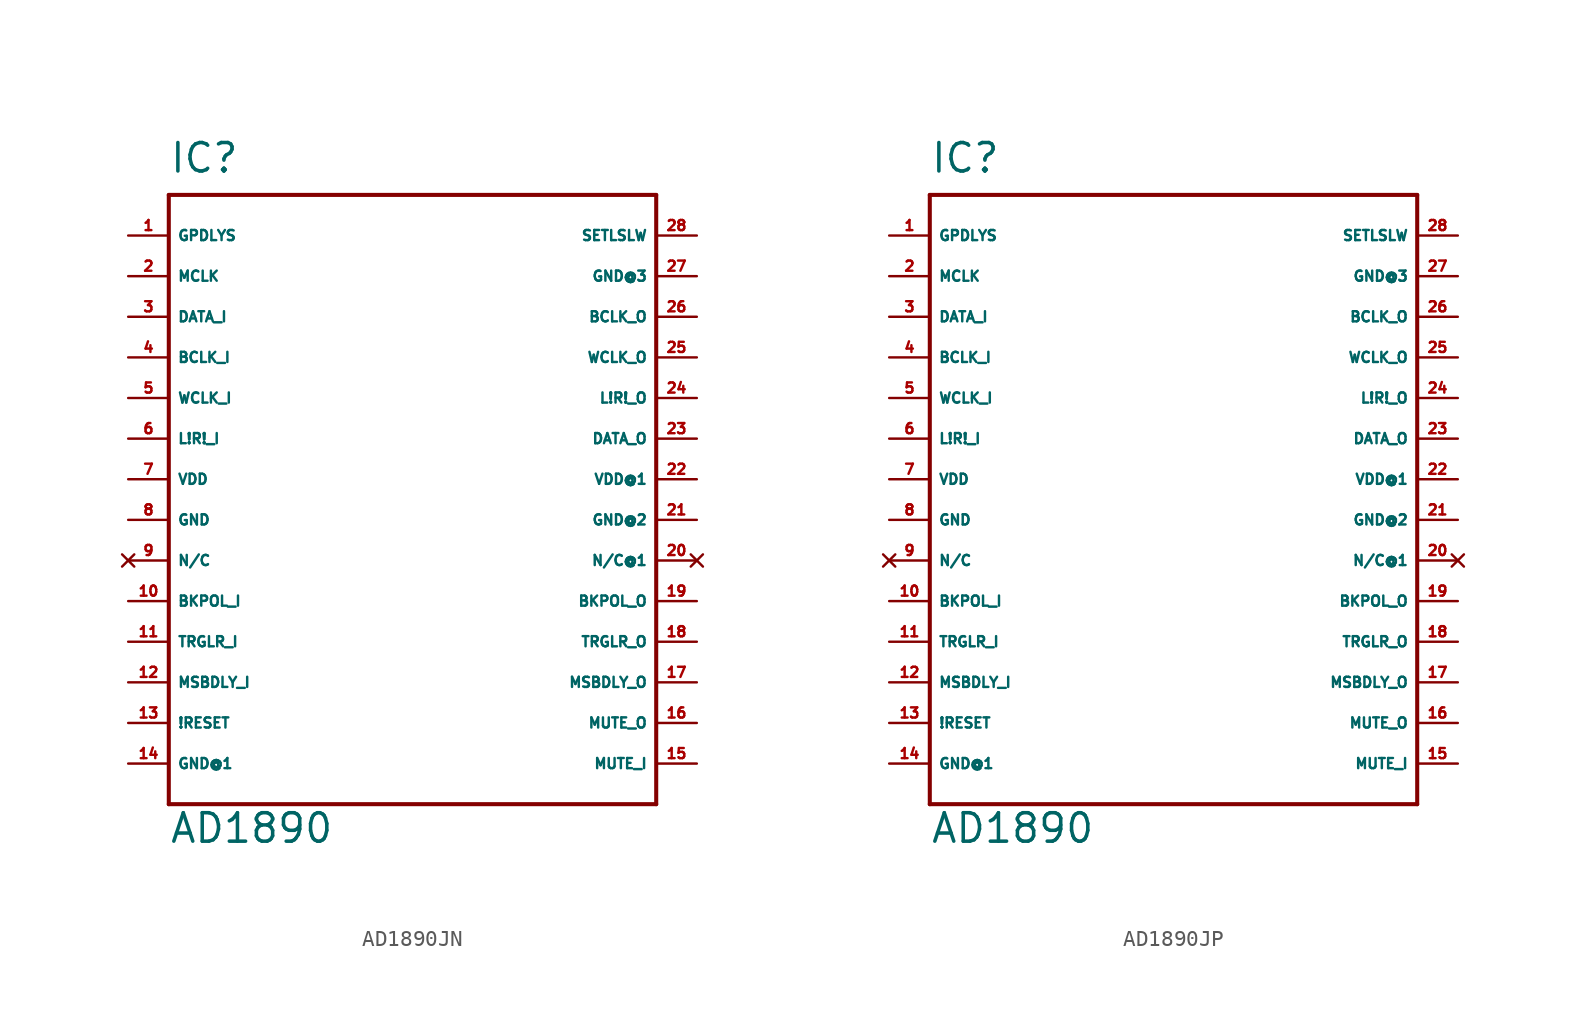
<source format=kicad_sym>
(kicad_symbol_lib
  (version 20220914)
  (generator Eagle2Kicad)
  (symbol "AD1890JN"
    (property "Reference" "IC"
      (at -15.24 19.05 0)
      (effects (font (size 1.778 1.778) (thickness 0.22)) (justify left bottom)))
    (property "Value" "AD1890"
      (at -15.24 -22.86 0)
      (effects (font (size 1.778 1.778) (thickness 0.22)) (justify left bottom)))
    (polyline
      (pts (xy -15.24 -20.32) (xy 15.24 -20.32))
      (stroke (width 0.254) (type default))
      (fill (type none)))
    (polyline
      (pts (xy 15.24 -20.32) (xy 15.24 17.78))
      (stroke (width 0.254) (type default))
      (fill (type none)))
    (polyline
      (pts (xy 15.24 17.78) (xy -15.24 17.78))
      (stroke (width 0.254) (type default))
      (fill (type none)))
    (polyline
      (pts (xy -15.24 17.78) (xy -15.24 -20.32))
      (stroke (width 0.254) (type default))
      (fill (type none)))
    (pin input line
      (at -17.78 15.24 0)
      (length 2.54)
      (name "GPDLYS" (effects (font (size 0.635 0.635) (thickness 0.08)) (justify left bottom)))
      (number "1" (effects (font (size 0.635 0.635) (thickness 0.08)) (justify left bottom))))
    (pin input line
      (at -17.78 12.7 0)
      (length 2.54)
      (name "MCLK" (effects (font (size 0.635 0.635) (thickness 0.08)) (justify left bottom)))
      (number "2" (effects (font (size 0.635 0.635) (thickness 0.08)) (justify left bottom))))
    (pin input line
      (at -17.78 10.16 0)
      (length 2.54)
      (name "DATA_I" (effects (font (size 0.635 0.635) (thickness 0.08)) (justify left bottom)))
      (number "3" (effects (font (size 0.635 0.635) (thickness 0.08)) (justify left bottom))))
    (pin input line
      (at -17.78 7.62 0)
      (length 2.54)
      (name "BCLK_I" (effects (font (size 0.635 0.635) (thickness 0.08)) (justify left bottom)))
      (number "4" (effects (font (size 0.635 0.635) (thickness 0.08)) (justify left bottom))))
    (pin input line
      (at -17.78 5.08 0)
      (length 2.54)
      (name "WCLK_I" (effects (font (size 0.635 0.635) (thickness 0.08)) (justify left bottom)))
      (number "5" (effects (font (size 0.635 0.635) (thickness 0.08)) (justify left bottom))))
    (pin input line
      (at -17.78 2.54 0)
      (length 2.54)
      (name "L!R!_I" (effects (font (size 0.635 0.635) (thickness 0.08)) (justify left bottom)))
      (number "6" (effects (font (size 0.635 0.635) (thickness 0.08)) (justify left bottom))))
    (pin unspecified line
      (at -17.78 0 0)
      (length 2.54)
      (name "VDD" (effects (font (size 0.635 0.635) (thickness 0.08)) (justify left bottom)))
      (number "7" (effects (font (size 0.635 0.635) (thickness 0.08)) (justify left bottom))))
    (pin unspecified line
      (at -17.78 -2.54 0)
      (length 2.54)
      (name "GND" (effects (font (size 0.635 0.635) (thickness 0.08)) (justify left bottom)))
      (number "8" (effects (font (size 0.635 0.635) (thickness 0.08)) (justify left bottom))))
    (pin no_connect line
      (at -17.78 -5.08 0)
      (length 2.54)
      (name "N/C" (effects (font (size 0.635 0.635) (thickness 0.08)) (justify left bottom) hide))
      (number "9" (effects (font (size 0.635 0.635) (thickness 0.08)) (justify left bottom) hide)))
    (pin input line
      (at -17.78 -7.62 0)
      (length 2.54)
      (name "BKPOL_I" (effects (font (size 0.635 0.635) (thickness 0.08)) (justify left bottom)))
      (number "10" (effects (font (size 0.635 0.635) (thickness 0.08)) (justify left bottom))))
    (pin input line
      (at -17.78 -10.16 0)
      (length 2.54)
      (name "TRGLR_I" (effects (font (size 0.635 0.635) (thickness 0.08)) (justify left bottom)))
      (number "11" (effects (font (size 0.635 0.635) (thickness 0.08)) (justify left bottom))))
    (pin input line
      (at -17.78 -12.7 0)
      (length 2.54)
      (name "MSBDLY_I" (effects (font (size 0.635 0.635) (thickness 0.08)) (justify left bottom)))
      (number "12" (effects (font (size 0.635 0.635) (thickness 0.08)) (justify left bottom))))
    (pin input line
      (at -17.78 -15.24 0)
      (length 2.54)
      (name "!RESET" (effects (font (size 0.635 0.635) (thickness 0.08)) (justify left bottom)))
      (number "13" (effects (font (size 0.635 0.635) (thickness 0.08)) (justify left bottom))))
    (pin unspecified line
      (at -17.78 -17.78 0)
      (length 2.54)
      (name "GND@1" (effects (font (size 0.635 0.635) (thickness 0.08)) (justify left bottom)))
      (number "14" (effects (font (size 0.635 0.635) (thickness 0.08)) (justify left bottom))))
    (pin input line
      (at 17.78 -17.78 180)
      (length 2.54)
      (name "MUTE_I" (effects (font (size 0.635 0.635) (thickness 0.08)) (justify left bottom)))
      (number "15" (effects (font (size 0.635 0.635) (thickness 0.08)) (justify left bottom))))
    (pin output line
      (at 17.78 -15.24 180)
      (length 2.54)
      (name "MUTE_O" (effects (font (size 0.635 0.635) (thickness 0.08)) (justify left bottom)))
      (number "16" (effects (font (size 0.635 0.635) (thickness 0.08)) (justify left bottom))))
    (pin input line
      (at 17.78 -12.7 180)
      (length 2.54)
      (name "MSBDLY_O" (effects (font (size 0.635 0.635) (thickness 0.08)) (justify left bottom)))
      (number "17" (effects (font (size 0.635 0.635) (thickness 0.08)) (justify left bottom))))
    (pin input line
      (at 17.78 -10.16 180)
      (length 2.54)
      (name "TRGLR_O" (effects (font (size 0.635 0.635) (thickness 0.08)) (justify left bottom)))
      (number "18" (effects (font (size 0.635 0.635) (thickness 0.08)) (justify left bottom))))
    (pin input line
      (at 17.78 -7.62 180)
      (length 2.54)
      (name "BKPOL_O" (effects (font (size 0.635 0.635) (thickness 0.08)) (justify left bottom)))
      (number "19" (effects (font (size 0.635 0.635) (thickness 0.08)) (justify left bottom))))
    (pin no_connect line
      (at 17.78 -5.08 180)
      (length 2.54)
      (name "N/C@1" (effects (font (size 0.635 0.635) (thickness 0.08)) (justify left bottom) hide))
      (number "20" (effects (font (size 0.635 0.635) (thickness 0.08)) (justify left bottom) hide)))
    (pin unspecified line
      (at 17.78 -2.54 180)
      (length 2.54)
      (name "GND@2" (effects (font (size 0.635 0.635) (thickness 0.08)) (justify left bottom)))
      (number "21" (effects (font (size 0.635 0.635) (thickness 0.08)) (justify left bottom))))
    (pin unspecified line
      (at 17.78 0 180)
      (length 2.54)
      (name "VDD@1" (effects (font (size 0.635 0.635) (thickness 0.08)) (justify left bottom)))
      (number "22" (effects (font (size 0.635 0.635) (thickness 0.08)) (justify left bottom))))
    (pin output line
      (at 17.78 2.54 180)
      (length 2.54)
      (name "DATA_O" (effects (font (size 0.635 0.635) (thickness 0.08)) (justify left bottom)))
      (number "23" (effects (font (size 0.635 0.635) (thickness 0.08)) (justify left bottom))))
    (pin input line
      (at 17.78 5.08 180)
      (length 2.54)
      (name "L!R!_O" (effects (font (size 0.635 0.635) (thickness 0.08)) (justify left bottom)))
      (number "24" (effects (font (size 0.635 0.635) (thickness 0.08)) (justify left bottom))))
    (pin input line
      (at 17.78 7.62 180)
      (length 2.54)
      (name "WCLK_O" (effects (font (size 0.635 0.635) (thickness 0.08)) (justify left bottom)))
      (number "25" (effects (font (size 0.635 0.635) (thickness 0.08)) (justify left bottom))))
    (pin input line
      (at 17.78 10.16 180)
      (length 2.54)
      (name "BCLK_O" (effects (font (size 0.635 0.635) (thickness 0.08)) (justify left bottom)))
      (number "26" (effects (font (size 0.635 0.635) (thickness 0.08)) (justify left bottom))))
    (pin unspecified line
      (at 17.78 12.7 180)
      (length 2.54)
      (name "GND@3" (effects (font (size 0.635 0.635) (thickness 0.08)) (justify left bottom)))
      (number "27" (effects (font (size 0.635 0.635) (thickness 0.08)) (justify left bottom))))
    (pin input line
      (at 17.78 15.24 180)
      (length 2.54)
      (name "SETLSLW" (effects (font (size 0.635 0.635) (thickness 0.08)) (justify left bottom)))
      (number "28" (effects (font (size 0.635 0.635) (thickness 0.08)) (justify left bottom)))))
  (symbol "AD1890JP"
    (property "Reference" "IC"
      (at -15.24 19.05 0)
      (effects (font (size 1.778 1.778) (thickness 0.22)) (justify left bottom)))
    (property "Value" "AD1890"
      (at -15.24 -22.86 0)
      (effects (font (size 1.778 1.778) (thickness 0.22)) (justify left bottom)))
    (polyline
      (pts (xy -15.24 -20.32) (xy 15.24 -20.32))
      (stroke (width 0.254) (type default))
      (fill (type none)))
    (polyline
      (pts (xy 15.24 -20.32) (xy 15.24 17.78))
      (stroke (width 0.254) (type default))
      (fill (type none)))
    (polyline
      (pts (xy 15.24 17.78) (xy -15.24 17.78))
      (stroke (width 0.254) (type default))
      (fill (type none)))
    (polyline
      (pts (xy -15.24 17.78) (xy -15.24 -20.32))
      (stroke (width 0.254) (type default))
      (fill (type none)))
    (pin input line
      (at -17.78 15.24 0)
      (length 2.54)
      (name "GPDLYS" (effects (font (size 0.635 0.635) (thickness 0.08)) (justify left bottom)))
      (number "1" (effects (font (size 0.635 0.635) (thickness 0.08)) (justify left bottom))))
    (pin input line
      (at -17.78 12.7 0)
      (length 2.54)
      (name "MCLK" (effects (font (size 0.635 0.635) (thickness 0.08)) (justify left bottom)))
      (number "2" (effects (font (size 0.635 0.635) (thickness 0.08)) (justify left bottom))))
    (pin input line
      (at -17.78 10.16 0)
      (length 2.54)
      (name "DATA_I" (effects (font (size 0.635 0.635) (thickness 0.08)) (justify left bottom)))
      (number "3" (effects (font (size 0.635 0.635) (thickness 0.08)) (justify left bottom))))
    (pin input line
      (at -17.78 7.62 0)
      (length 2.54)
      (name "BCLK_I" (effects (font (size 0.635 0.635) (thickness 0.08)) (justify left bottom)))
      (number "4" (effects (font (size 0.635 0.635) (thickness 0.08)) (justify left bottom))))
    (pin input line
      (at -17.78 5.08 0)
      (length 2.54)
      (name "WCLK_I" (effects (font (size 0.635 0.635) (thickness 0.08)) (justify left bottom)))
      (number "5" (effects (font (size 0.635 0.635) (thickness 0.08)) (justify left bottom))))
    (pin input line
      (at -17.78 2.54 0)
      (length 2.54)
      (name "L!R!_I" (effects (font (size 0.635 0.635) (thickness 0.08)) (justify left bottom)))
      (number "6" (effects (font (size 0.635 0.635) (thickness 0.08)) (justify left bottom))))
    (pin unspecified line
      (at -17.78 0 0)
      (length 2.54)
      (name "VDD" (effects (font (size 0.635 0.635) (thickness 0.08)) (justify left bottom)))
      (number "7" (effects (font (size 0.635 0.635) (thickness 0.08)) (justify left bottom))))
    (pin unspecified line
      (at -17.78 -2.54 0)
      (length 2.54)
      (name "GND" (effects (font (size 0.635 0.635) (thickness 0.08)) (justify left bottom)))
      (number "8" (effects (font (size 0.635 0.635) (thickness 0.08)) (justify left bottom))))
    (pin no_connect line
      (at -17.78 -5.08 0)
      (length 2.54)
      (name "N/C" (effects (font (size 0.635 0.635) (thickness 0.08)) (justify left bottom) hide))
      (number "9" (effects (font (size 0.635 0.635) (thickness 0.08)) (justify left bottom) hide)))
    (pin input line
      (at -17.78 -7.62 0)
      (length 2.54)
      (name "BKPOL_I" (effects (font (size 0.635 0.635) (thickness 0.08)) (justify left bottom)))
      (number "10" (effects (font (size 0.635 0.635) (thickness 0.08)) (justify left bottom))))
    (pin input line
      (at -17.78 -10.16 0)
      (length 2.54)
      (name "TRGLR_I" (effects (font (size 0.635 0.635) (thickness 0.08)) (justify left bottom)))
      (number "11" (effects (font (size 0.635 0.635) (thickness 0.08)) (justify left bottom))))
    (pin input line
      (at -17.78 -12.7 0)
      (length 2.54)
      (name "MSBDLY_I" (effects (font (size 0.635 0.635) (thickness 0.08)) (justify left bottom)))
      (number "12" (effects (font (size 0.635 0.635) (thickness 0.08)) (justify left bottom))))
    (pin input line
      (at -17.78 -15.24 0)
      (length 2.54)
      (name "!RESET" (effects (font (size 0.635 0.635) (thickness 0.08)) (justify left bottom)))
      (number "13" (effects (font (size 0.635 0.635) (thickness 0.08)) (justify left bottom))))
    (pin unspecified line
      (at -17.78 -17.78 0)
      (length 2.54)
      (name "GND@1" (effects (font (size 0.635 0.635) (thickness 0.08)) (justify left bottom)))
      (number "14" (effects (font (size 0.635 0.635) (thickness 0.08)) (justify left bottom))))
    (pin input line
      (at 17.78 -17.78 180)
      (length 2.54)
      (name "MUTE_I" (effects (font (size 0.635 0.635) (thickness 0.08)) (justify left bottom)))
      (number "15" (effects (font (size 0.635 0.635) (thickness 0.08)) (justify left bottom))))
    (pin output line
      (at 17.78 -15.24 180)
      (length 2.54)
      (name "MUTE_O" (effects (font (size 0.635 0.635) (thickness 0.08)) (justify left bottom)))
      (number "16" (effects (font (size 0.635 0.635) (thickness 0.08)) (justify left bottom))))
    (pin input line
      (at 17.78 -12.7 180)
      (length 2.54)
      (name "MSBDLY_O" (effects (font (size 0.635 0.635) (thickness 0.08)) (justify left bottom)))
      (number "17" (effects (font (size 0.635 0.635) (thickness 0.08)) (justify left bottom))))
    (pin input line
      (at 17.78 -10.16 180)
      (length 2.54)
      (name "TRGLR_O" (effects (font (size 0.635 0.635) (thickness 0.08)) (justify left bottom)))
      (number "18" (effects (font (size 0.635 0.635) (thickness 0.08)) (justify left bottom))))
    (pin input line
      (at 17.78 -7.62 180)
      (length 2.54)
      (name "BKPOL_O" (effects (font (size 0.635 0.635) (thickness 0.08)) (justify left bottom)))
      (number "19" (effects (font (size 0.635 0.635) (thickness 0.08)) (justify left bottom))))
    (pin no_connect line
      (at 17.78 -5.08 180)
      (length 2.54)
      (name "N/C@1" (effects (font (size 0.635 0.635) (thickness 0.08)) (justify left bottom) hide))
      (number "20" (effects (font (size 0.635 0.635) (thickness 0.08)) (justify left bottom) hide)))
    (pin unspecified line
      (at 17.78 -2.54 180)
      (length 2.54)
      (name "GND@2" (effects (font (size 0.635 0.635) (thickness 0.08)) (justify left bottom)))
      (number "21" (effects (font (size 0.635 0.635) (thickness 0.08)) (justify left bottom))))
    (pin unspecified line
      (at 17.78 0 180)
      (length 2.54)
      (name "VDD@1" (effects (font (size 0.635 0.635) (thickness 0.08)) (justify left bottom)))
      (number "22" (effects (font (size 0.635 0.635) (thickness 0.08)) (justify left bottom))))
    (pin output line
      (at 17.78 2.54 180)
      (length 2.54)
      (name "DATA_O" (effects (font (size 0.635 0.635) (thickness 0.08)) (justify left bottom)))
      (number "23" (effects (font (size 0.635 0.635) (thickness 0.08)) (justify left bottom))))
    (pin input line
      (at 17.78 5.08 180)
      (length 2.54)
      (name "L!R!_O" (effects (font (size 0.635 0.635) (thickness 0.08)) (justify left bottom)))
      (number "24" (effects (font (size 0.635 0.635) (thickness 0.08)) (justify left bottom))))
    (pin input line
      (at 17.78 7.62 180)
      (length 2.54)
      (name "WCLK_O" (effects (font (size 0.635 0.635) (thickness 0.08)) (justify left bottom)))
      (number "25" (effects (font (size 0.635 0.635) (thickness 0.08)) (justify left bottom))))
    (pin input line
      (at 17.78 10.16 180)
      (length 2.54)
      (name "BCLK_O" (effects (font (size 0.635 0.635) (thickness 0.08)) (justify left bottom)))
      (number "26" (effects (font (size 0.635 0.635) (thickness 0.08)) (justify left bottom))))
    (pin unspecified line
      (at 17.78 12.7 180)
      (length 2.54)
      (name "GND@3" (effects (font (size 0.635 0.635) (thickness 0.08)) (justify left bottom)))
      (number "27" (effects (font (size 0.635 0.635) (thickness 0.08)) (justify left bottom))))
    (pin input line
      (at 17.78 15.24 180)
      (length 2.54)
      (name "SETLSLW" (effects (font (size 0.635 0.635) (thickness 0.08)) (justify left bottom)))
      (number "28" (effects (font (size 0.635 0.635) (thickness 0.08)) (justify left bottom))))))
</source>
